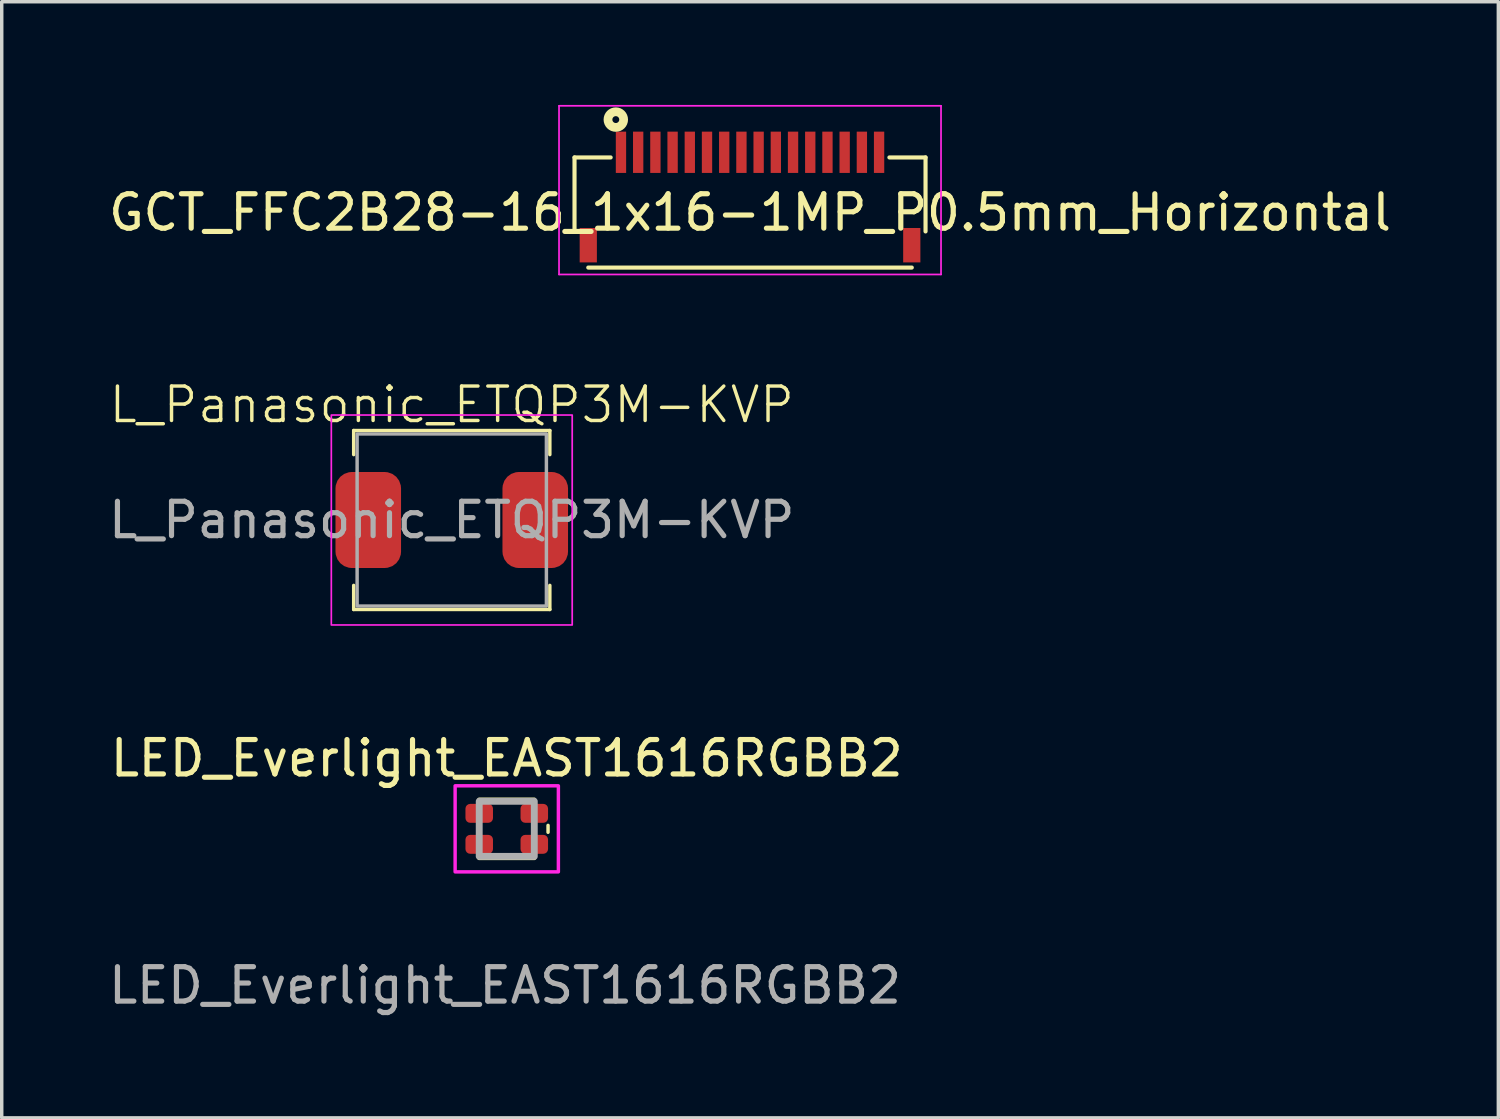
<source format=kicad_pcb>
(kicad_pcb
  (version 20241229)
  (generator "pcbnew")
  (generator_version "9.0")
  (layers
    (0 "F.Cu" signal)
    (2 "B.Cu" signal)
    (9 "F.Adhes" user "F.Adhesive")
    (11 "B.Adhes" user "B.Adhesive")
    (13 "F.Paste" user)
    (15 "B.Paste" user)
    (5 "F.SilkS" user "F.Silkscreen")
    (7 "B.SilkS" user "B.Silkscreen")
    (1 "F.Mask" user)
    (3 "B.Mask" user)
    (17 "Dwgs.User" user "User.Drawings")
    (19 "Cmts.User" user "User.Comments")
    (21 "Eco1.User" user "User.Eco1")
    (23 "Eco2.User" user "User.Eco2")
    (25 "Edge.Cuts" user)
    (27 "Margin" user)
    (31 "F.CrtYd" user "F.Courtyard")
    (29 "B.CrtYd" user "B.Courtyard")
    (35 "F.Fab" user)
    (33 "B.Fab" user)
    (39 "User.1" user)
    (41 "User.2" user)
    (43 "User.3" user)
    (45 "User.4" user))
  (footprint "L_Panasonic_ETQP3M-KVP"
    (layer "F.Cu")
    (at 10.077 12.06)
    (property "Reference" "L_Panasonic_ETQP3M-KVP" (at 0 -3.35 0) (unlocked yes) (layer "F.SilkS") (effects (font (size 1 1) (thickness 0.1))))
    (attr smd)
    (fp_line (start -2.85 -2.6) (end 2.85 -2.6) (stroke (width 0.1) (type default)) (layer "F.SilkS"))
    (fp_line (start -2.85 -1.9) (end -2.85 -2.6) (stroke (width 0.1) (type solid)) (layer "F.SilkS"))
    (fp_line (start -2.85 1.9) (end -2.85 2.6) (stroke (width 0.1) (type solid)) (layer "F.SilkS"))
    (fp_line (start -2.85 2.6) (end 2.85 2.6) (stroke (width 0.1) (type default)) (layer "F.SilkS"))
    (fp_line (start 2.85 -2.6) (end 2.85 -1.9) (stroke (width 0.1) (type solid)) (layer "F.SilkS"))
    (fp_line (start 2.85 2.6) (end 2.85 1.9) (stroke (width 0.1) (type solid)) (layer "F.SilkS"))
    (fp_rect (start -3.5 -3.05) (end 3.5 3.05) (stroke (width 0.05) (type default)) (fill no) (layer "F.CrtYd"))
    (fp_rect (start -2.75 -2.5) (end 2.75 2.5) (stroke (width 0.1) (type solid)) (fill no) (layer "F.Fab"))
    (fp_text user "${REFERENCE}" (at 0 0 0) (unlocked yes) (layer "F.Fab") (effects (font (size 1 1) (thickness 0.15))))
    (pad "1" smd roundrect (at -2.426 0) (size 1.905 2.79) (layers "F.Cu" "F.Mask" "F.Paste") (roundrect_rratio 0.25))
    (pad "2" smd roundrect (at 2.426 0) (size 1.905 2.79) (layers "F.Cu" "F.Mask" "F.Paste") (roundrect_rratio 0.25)))
  (footprint "GCT_FFC2B28-16_1x16-1MP_P0.5mm_Horizontal"
    (layer "F.Cu")
    (at 18.744 1.375)
    (property "Reference" "GCT_FFC2B28-16_1x16-1MP_P0.5mm_Horizontal" (at 0 1.75 0) (layer "F.SilkS") (effects (font (size 1 1) (thickness 0.15))))
    (attr smd)
    (fp_line (start -5.1 0.15) (end -4.05 0.15) (stroke (width 0.12) (type solid)) (layer "F.SilkS"))
    (fp_line (start -5.1 2.3) (end -5.1 0.15) (stroke (width 0.12) (type solid)) (layer "F.SilkS"))
    (fp_line (start -4.7 3.35) (end 4.7 3.35) (stroke (width 0.12) (type solid)) (layer "F.SilkS"))
    (fp_line (start 4.05 0.15) (end 5.1 0.15) (stroke (width 0.12) (type solid)) (layer "F.SilkS"))
    (fp_line (start 5.1 2.3) (end 5.1 0.15) (stroke (width 0.12) (type solid)) (layer "F.SilkS"))
    (fp_circle (center -3.9 -0.95) (end -3.8 -0.95) (stroke (width 0.255) (type solid)) (fill no) (layer "F.SilkS"))
    (fp_line (start -5.55 -1.35) (end -5.55 3.55) (stroke (width 0.05) (type solid)) (layer "F.CrtYd"))
    (fp_line (start -5.55 -1.35) (end 5.55 -1.35) (stroke (width 0.05) (type solid)) (layer "F.CrtYd"))
    (fp_line (start -5.55 3.55) (end 5.55 3.55) (stroke (width 0.05) (type solid)) (layer "F.CrtYd"))
    (fp_line (start 5.55 -1.35) (end 5.55 3.55) (stroke (width 0.05) (type solid)) (layer "F.CrtYd"))
    (pad "1" smd rect (at -3.75 0) (size 0.3 1.2) (layers "F.Cu" "F.Mask" "F.Paste"))
    (pad "2" smd rect (at -3.25 0) (size 0.3 1.2) (layers "F.Cu" "F.Mask" "F.Paste"))
    (pad "3" smd rect (at -2.75 0) (size 0.3 1.2) (layers "F.Cu" "F.Mask" "F.Paste"))
    (pad "4" smd rect (at -2.25 0) (size 0.3 1.2) (layers "F.Cu" "F.Mask" "F.Paste"))
    (pad "5" smd rect (at -1.75 0) (size 0.3 1.2) (layers "F.Cu" "F.Mask" "F.Paste"))
    (pad "6" smd rect (at -1.25 0) (size 0.3 1.2) (layers "F.Cu" "F.Mask" "F.Paste"))
    (pad "7" smd rect (at -0.75 0) (size 0.3 1.2) (layers "F.Cu" "F.Mask" "F.Paste"))
    (pad "8" smd rect (at -0.25 0) (size 0.3 1.2) (layers "F.Cu" "F.Mask" "F.Paste"))
    (pad "9" smd rect (at 0.25 0) (size 0.3 1.2) (layers "F.Cu" "F.Mask" "F.Paste"))
    (pad "10" smd rect (at 0.75 0) (size 0.3 1.2) (layers "F.Cu" "F.Mask" "F.Paste"))
    (pad "11" smd rect (at 1.25 0) (size 0.3 1.2) (layers "F.Cu" "F.Mask" "F.Paste"))
    (pad "12" smd rect (at 1.75 0) (size 0.3 1.2) (layers "F.Cu" "F.Mask" "F.Paste"))
    (pad "13" smd rect (at 2.25 0) (size 0.3 1.2) (layers "F.Cu" "F.Mask" "F.Paste"))
    (pad "14" smd rect (at 2.75 0) (size 0.3 1.2) (layers "F.Cu" "F.Mask" "F.Paste"))
    (pad "15" smd rect (at 3.25 0) (size 0.3 1.2) (layers "F.Cu" "F.Mask" "F.Paste"))
    (pad "16" smd rect (at 3.75 0) (size 0.3 1.2) (layers "F.Cu" "F.Mask" "F.Paste"))
    (pad "MP" smd rect (at -4.7 2.7) (size 0.5 1) (layers "F.Cu" "F.Mask" "F.Paste"))
    (pad "MP" smd rect (at 4.7 2.7) (size 0.5 1) (layers "F.Cu" "F.Mask" "F.Paste")))
  (footprint "LED_Everlight_EAST1616RGBB2"
    (layer "F.Cu")
    (at 11.675 21.034)
    (property "Reference" "LED_Everlight_EAST1616RGBB2" (at 0 -2.05 0) (unlocked yes) (layer "F.SilkS") (effects (font (size 1 1) (thickness 0.15))))
    (attr smd)
    (fp_line (start -0.8 -0.85) (end 0.8 -0.85) (stroke (width 0.12) (type solid)) (layer "F.SilkS"))
    (fp_line (start -0.8 0.85) (end 0.8 0.85) (stroke (width 0.12) (type solid)) (layer "F.SilkS"))
    (fp_line (start 1.2 -0.1) (end 1.2 0.1) (stroke (width 0.1) (type solid)) (layer "F.SilkS"))
    (fp_rect (start -1.5 -1.25) (end 1.5 1.25) (stroke (width 0.1) (type solid)) (fill no) (layer "F.CrtYd"))
    (fp_rect (start -0.8 -0.8) (end 0.8 0.8) (stroke (width 0.2) (type solid)) (fill no) (layer "F.Fab"))
    (fp_text user "${REFERENCE}" (at -0.05 4.55 0) (unlocked yes) (layer "F.Fab") (effects (font (size 1 1) (thickness 0.15))))
    (pad "1" smd roundrect (at -0.8 0.45) (size 0.8 0.55) (layers "F.Cu" "F.Mask" "F.Paste") (roundrect_rratio 0.25))
    (pad "2" smd roundrect (at -0.8 -0.45) (size 0.8 0.55) (layers "F.Cu" "F.Mask" "F.Paste") (roundrect_rratio 0.25))
    (pad "3" smd roundrect (at 0.8 -0.45) (size 0.8 0.55) (layers "F.Cu" "F.Mask" "F.Paste") (roundrect_rratio 0.25))
    (pad "4" smd roundrect (at 0.8 0.45) (size 0.8 0.55) (layers "F.Cu" "F.Mask" "F.Paste") (roundrect_rratio 0.25)))
  (gr_rect
    (start -3 -3)
    (end 40.488 29.432)
    (stroke (width 0.1) (type default))
    (fill no)
    (layer "Edge.Cuts")))
</source>
